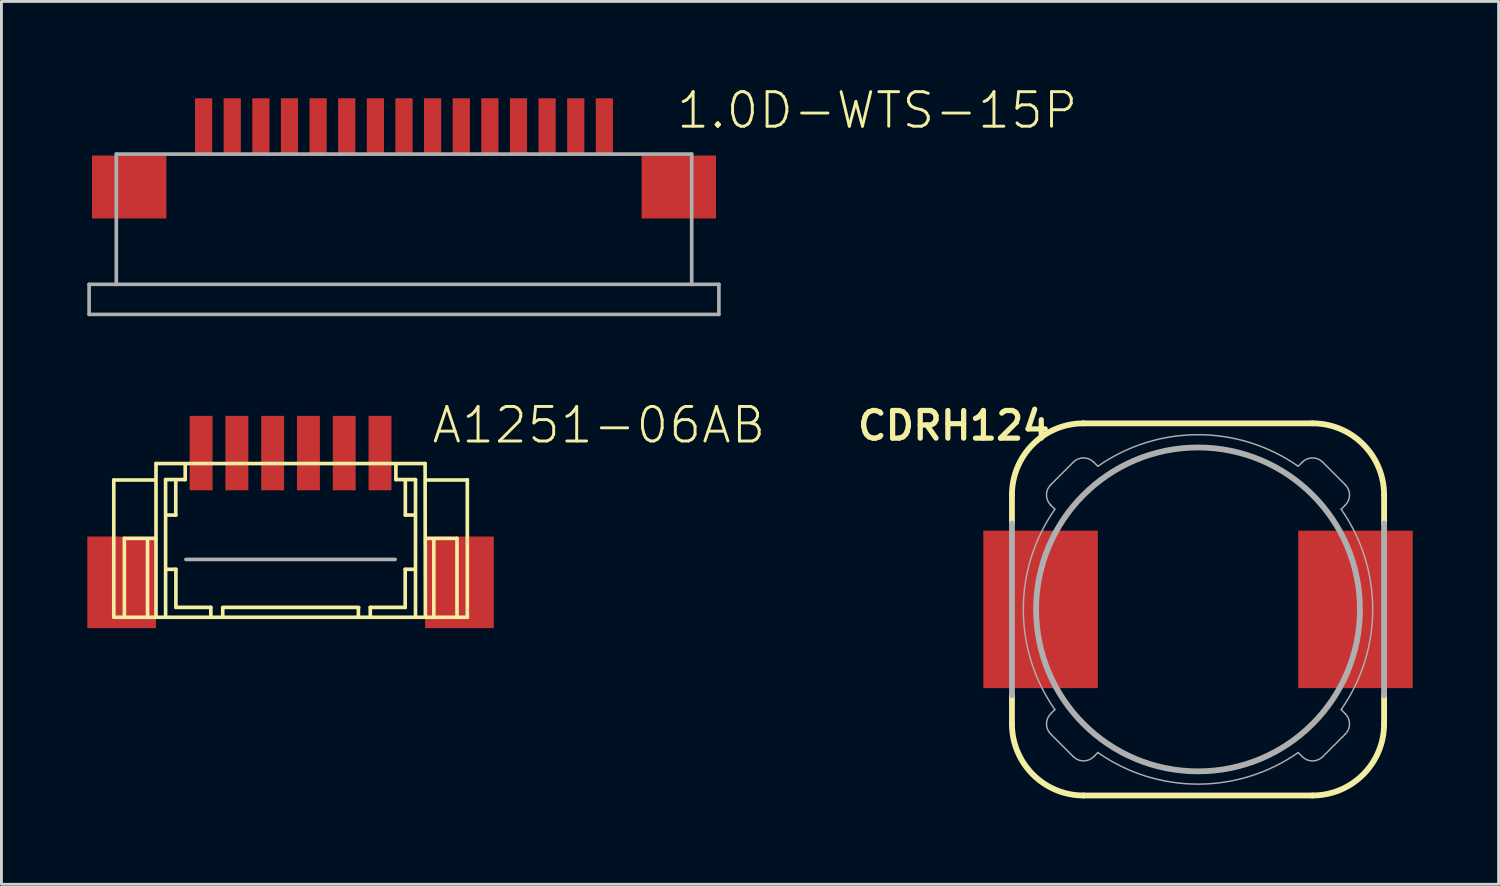
<source format=kicad_pcb>
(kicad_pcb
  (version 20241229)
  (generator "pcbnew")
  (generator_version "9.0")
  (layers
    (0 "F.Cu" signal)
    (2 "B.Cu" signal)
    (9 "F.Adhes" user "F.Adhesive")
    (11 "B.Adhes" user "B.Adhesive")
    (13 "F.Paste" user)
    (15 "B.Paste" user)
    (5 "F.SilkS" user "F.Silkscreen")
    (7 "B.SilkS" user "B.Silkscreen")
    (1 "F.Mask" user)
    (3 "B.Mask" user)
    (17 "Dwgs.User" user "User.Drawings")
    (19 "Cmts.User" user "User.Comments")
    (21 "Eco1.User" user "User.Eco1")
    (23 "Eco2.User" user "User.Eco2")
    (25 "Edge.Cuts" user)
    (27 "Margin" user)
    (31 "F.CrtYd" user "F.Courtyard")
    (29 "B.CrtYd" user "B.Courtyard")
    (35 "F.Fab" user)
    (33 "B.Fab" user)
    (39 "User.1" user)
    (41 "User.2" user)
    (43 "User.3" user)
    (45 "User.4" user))
  (footprint "1.0D-WTS-15P"
    (layer "F.Cu")
    (at 11.063 1.383)
    (property "Reference" "1.0D-WTS-15P" (at 9.459 0.128 0) (layer "F.SilkS") (effects (font (size 1.206 1.206) (thickness 0.102)) (justify left bottom)))
    (attr through_hole)
    (fp_line (start -11 5.5) (end -10.05 5.5) (stroke (width 0.127) (type solid)) (layer "F.Fab"))
    (fp_line (start -11 6.55) (end -11 5.5) (stroke (width 0.127) (type solid)) (layer "F.Fab"))
    (fp_line (start -10.05 0.95) (end 10.05 0.95) (stroke (width 0.127) (type solid)) (layer "F.Fab"))
    (fp_line (start -10.05 5.5) (end -10.05 0.95) (stroke (width 0.127) (type solid)) (layer "F.Fab"))
    (fp_line (start -10.05 5.5) (end 10.05 5.5) (stroke (width 0.127) (type solid)) (layer "F.Fab"))
    (fp_line (start 10.05 0.95) (end 10.05 5.5) (stroke (width 0.127) (type solid)) (layer "F.Fab"))
    (fp_line (start 10.05 5.5) (end 11 5.5) (stroke (width 0.127) (type solid)) (layer "F.Fab"))
    (fp_line (start 11 5.5) (end 11 6.55) (stroke (width 0.127) (type solid)) (layer "F.Fab"))
    (fp_line (start 11 6.55) (end -11 6.55) (stroke (width 0.127) (type solid)) (layer "F.Fab"))
    (pad "1" smd rect (at -7 0 90) (size 2 0.6) (layers "F.Cu" "F.Mask" "F.Paste"))
    (pad "2" smd rect (at -6 0 90) (size 2 0.6) (layers "F.Cu" "F.Mask" "F.Paste"))
    (pad "3" smd rect (at -5 0 90) (size 2 0.6) (layers "F.Cu" "F.Mask" "F.Paste"))
    (pad "4" smd rect (at -4 0 90) (size 2 0.6) (layers "F.Cu" "F.Mask" "F.Paste"))
    (pad "5" smd rect (at -3 0 90) (size 2 0.6) (layers "F.Cu" "F.Mask" "F.Paste"))
    (pad "6" smd rect (at -2 0 90) (size 2 0.6) (layers "F.Cu" "F.Mask" "F.Paste"))
    (pad "7" smd rect (at -1 0 90) (size 2 0.6) (layers "F.Cu" "F.Mask" "F.Paste"))
    (pad "8" smd rect (at 0 0 90) (size 2 0.6) (layers "F.Cu" "F.Mask" "F.Paste"))
    (pad "9" smd rect (at 1 0 90) (size 2 0.6) (layers "F.Cu" "F.Mask" "F.Paste"))
    (pad "10" smd rect (at 2 0 90) (size 2 0.6) (layers "F.Cu" "F.Mask" "F.Paste"))
    (pad "11" smd rect (at 3 0 90) (size 2 0.6) (layers "F.Cu" "F.Mask" "F.Paste"))
    (pad "12" smd rect (at 4 0 90) (size 2 0.6) (layers "F.Cu" "F.Mask" "F.Paste"))
    (pad "13" smd rect (at 5 0 90) (size 2 0.6) (layers "F.Cu" "F.Mask" "F.Paste"))
    (pad "14" smd rect (at 6 0 90) (size 2 0.6) (layers "F.Cu" "F.Mask" "F.Paste"))
    (pad "15" smd rect (at 7 0 90) (size 2 0.6) (layers "F.Cu" "F.Mask" "F.Paste"))
    (pad "16" smd rect (at -9.6 2.1 90) (size 2.2 2.6) (layers "F.Cu" "F.Mask" "F.Paste"))
    (pad "17" smd rect (at 9.6 2.1 90) (size 2.2 2.6) (layers "F.Cu" "F.Mask" "F.Paste")))
  (footprint "A1251-06AB"
    (layer "F.Cu")
    (at 7.1 12.278)
    (property "Reference" "A1251-06AB" (at 4.875 0.23 0) (layer "F.SilkS") (effects (font (size 1.206 1.206) (thickness 0.102)) (justify left bottom)))
    (attr through_hole)
    (fp_line (start -6.175 6.225) (end -6.175 1.44) (stroke (width 0.127) (type solid)) (layer "F.SilkS"))
    (fp_line (start -5.805 6.185) (end -5.805 3.48) (stroke (width 0.127) (type solid)) (layer "F.SilkS"))
    (fp_line (start -4.995 6.235) (end -6.175 6.235) (stroke (width 0.127) (type solid)) (layer "F.SilkS"))
    (fp_line (start -4.995 6.235) (end -4.995 3.515) (stroke (width 0.127) (type solid)) (layer "F.SilkS"))
    (fp_line (start -4.74 1.44) (end -6.175 1.44) (stroke (width 0.127) (type solid)) (layer "F.SilkS"))
    (fp_line (start -4.705 3.48) (end -5.805 3.48) (stroke (width 0.127) (type solid)) (layer "F.SilkS"))
    (fp_line (start -4.7 0.865) (end -4.7 6.215) (stroke (width 0.127) (type solid)) (layer "F.SilkS"))
    (fp_line (start -4.365 1.425) (end -3.68 1.425) (stroke (width 0.127) (type solid)) (layer "F.SilkS"))
    (fp_line (start -4.365 6.23) (end -4.365 1.425) (stroke (width 0.127) (type solid)) (layer "F.SilkS"))
    (fp_line (start -4.33 4.56) (end -4.005 4.56) (stroke (width 0.127) (type solid)) (layer "F.SilkS"))
    (fp_line (start -4.01 1.46) (end -4.01 2.665) (stroke (width 0.127) (type solid)) (layer "F.SilkS"))
    (fp_line (start -4.01 2.665) (end -4.33 2.665) (stroke (width 0.127) (type solid)) (layer "F.SilkS"))
    (fp_line (start -4.005 4.56) (end -4.005 5.89) (stroke (width 0.127) (type solid)) (layer "F.SilkS"))
    (fp_line (start -4.005 5.89) (end -2.785 5.89) (stroke (width 0.127) (type solid)) (layer "F.SilkS"))
    (fp_line (start -3.68 1.425) (end -3.68 0.885) (stroke (width 0.127) (type solid)) (layer "F.SilkS"))
    (fp_line (start -2.785 5.89) (end -2.785 6.235) (stroke (width 0.127) (type solid)) (layer "F.SilkS"))
    (fp_line (start -2.785 6.235) (end -4.995 6.235) (stroke (width 0.127) (type solid)) (layer "F.SilkS"))
    (fp_line (start -2.37 5.89) (end 2.38 5.89) (stroke (width 0.127) (type solid)) (layer "F.SilkS"))
    (fp_line (start -2.37 5.905) (end -2.37 6.23) (stroke (width 0.127) (type solid)) (layer "F.SilkS"))
    (fp_line (start 2.37 5.905) (end 2.37 6.23) (stroke (width 0.127) (type solid)) (layer "F.SilkS"))
    (fp_line (start 2.785 5.89) (end 2.785 6.235) (stroke (width 0.127) (type solid)) (layer "F.SilkS"))
    (fp_line (start 2.785 5.89) (end 4.005 5.89) (stroke (width 0.127) (type solid)) (layer "F.SilkS"))
    (fp_line (start 2.785 6.235) (end -2.785 6.235) (stroke (width 0.127) (type solid)) (layer "F.SilkS"))
    (fp_line (start 3.68 1.425) (end 3.68 0.885) (stroke (width 0.127) (type solid)) (layer "F.SilkS"))
    (fp_line (start 3.68 1.425) (end 4.365 1.425) (stroke (width 0.127) (type solid)) (layer "F.SilkS"))
    (fp_line (start 4.005 4.56) (end 4.005 5.89) (stroke (width 0.127) (type solid)) (layer "F.SilkS"))
    (fp_line (start 4.005 4.56) (end 4.33 4.56) (stroke (width 0.127) (type solid)) (layer "F.SilkS"))
    (fp_line (start 4.01 1.46) (end 4.01 2.665) (stroke (width 0.127) (type solid)) (layer "F.SilkS"))
    (fp_line (start 4.33 2.665) (end 4.01 2.665) (stroke (width 0.127) (type solid)) (layer "F.SilkS"))
    (fp_line (start 4.365 6.23) (end 4.365 1.425) (stroke (width 0.127) (type solid)) (layer "F.SilkS"))
    (fp_line (start 4.7 0.865) (end -4.7 0.865) (stroke (width 0.127) (type solid)) (layer "F.SilkS"))
    (fp_line (start 4.7 0.865) (end 4.71 6.215) (stroke (width 0.127) (type solid)) (layer "F.SilkS"))
    (fp_line (start 5.005 6.235) (end 2.785 6.235) (stroke (width 0.127) (type solid)) (layer "F.SilkS"))
    (fp_line (start 5.005 6.235) (end 5.005 3.515) (stroke (width 0.127) (type solid)) (layer "F.SilkS"))
    (fp_line (start 5.815 3.48) (end 4.715 3.48) (stroke (width 0.127) (type solid)) (layer "F.SilkS"))
    (fp_line (start 5.815 6.185) (end 5.815 3.48) (stroke (width 0.127) (type solid)) (layer "F.SilkS"))
    (fp_line (start 6.175 1.44) (end 4.73 1.44) (stroke (width 0.127) (type solid)) (layer "F.SilkS"))
    (fp_line (start 6.175 1.44) (end 6.175 1.435) (stroke (width 0.127) (type solid)) (layer "F.SilkS"))
    (fp_line (start 6.175 6.235) (end 5.005 6.235) (stroke (width 0.127) (type solid)) (layer "F.SilkS"))
    (fp_line (start 6.175 6.235) (end 6.175 1.44) (stroke (width 0.127) (type solid)) (layer "F.SilkS"))
    (fp_line (start -3.655 4.215) (end 3.655 4.215) (stroke (width 0.127) (type solid)) (layer "F.Fab"))
    (pad "1" smd rect (at -3.125 0.5 180) (size 0.8 2.6) (layers "F.Cu" "F.Mask" "F.Paste"))
    (pad "2" smd rect (at -1.875 0.5 180) (size 0.8 2.6) (layers "F.Cu" "F.Mask" "F.Paste"))
    (pad "3" smd rect (at -0.625 0.5 180) (size 0.8 2.6) (layers "F.Cu" "F.Mask" "F.Paste"))
    (pad "4" smd rect (at 0.625 0.5 180) (size 0.8 2.6) (layers "F.Cu" "F.Mask" "F.Paste"))
    (pad "5" smd rect (at 1.875 0.5 180) (size 0.8 2.6) (layers "F.Cu" "F.Mask" "F.Paste"))
    (pad "6" smd rect (at 3.125 0.5 180) (size 0.8 2.6) (layers "F.Cu" "F.Mask" "F.Paste"))
    (pad "NC1" smd rect (at -5.9 5.015) (size 2.4 3.2) (layers "F.Cu" "F.Mask" "F.Paste"))
    (pad "NC2" smd rect (at 5.9 5.015) (size 2.4 3.2) (layers "F.Cu" "F.Mask" "F.Paste")))
  (footprint "CDRH124"
    (layer "F.Cu")
    (at 38.801 18.239)
    (property "Reference" "CDRH124" (at -5.08 -6.985 0) (layer "F.SilkS") (effects (font (size 0.965 0.965) (thickness 0.183)) (justify right top)))
    (attr through_hole)
    (fp_line (start -6.5 -3) (end -6.5 -4) (stroke (width 0.203) (type solid)) (layer "F.SilkS"))
    (fp_line (start -6.5 4) (end -6.5 3) (stroke (width 0.203) (type solid)) (layer "F.SilkS"))
    (fp_line (start -4 -6.5) (end 4 -6.5) (stroke (width 0.203) (type solid)) (layer "F.SilkS"))
    (fp_line (start 4 6.5) (end -4 6.5) (stroke (width 0.203) (type solid)) (layer "F.SilkS"))
    (fp_line (start 6.5 -4) (end 6.5 -3) (stroke (width 0.203) (type solid)) (layer "F.SilkS"))
    (fp_line (start 6.5 3) (end 6.5 4) (stroke (width 0.203) (type solid)) (layer "F.SilkS"))
    (fp_arc (start -6.5 -4) (mid -5.767767 -5.767767) (end -4 -6.5) (stroke (width 0.2032) (type solid)) (layer "F.SilkS"))
    (fp_arc (start -4 6.5) (mid -5.767767 5.767767) (end -6.5 4) (stroke (width 0.2032) (type solid)) (layer "F.SilkS"))
    (fp_arc (start 4 -6.5) (mid 5.767767 -5.767767) (end 6.5 -4) (stroke (width 0.2032) (type solid)) (layer "F.SilkS"))
    (fp_arc (start 6.5 4) (mid 5.767767 5.767767) (end 4 6.5) (stroke (width 0.2032) (type solid)) (layer "F.SilkS"))
    (fp_line (start -6.5 3) (end -6.5 -3) (stroke (width 0.203) (type solid)) (layer "F.Fab"))
    (fp_line (start -5.146 -3.646) (end -5 -3.5) (stroke (width 0.051) (type solid)) (layer "F.Fab"))
    (fp_line (start -5.146 4.354) (end -4.354 5.146) (stroke (width 0.051) (type solid)) (layer "F.Fab"))
    (fp_line (start -5 3.5) (end -5.146 3.646) (stroke (width 0.051) (type solid)) (layer "F.Fab"))
    (fp_line (start -4.354 -5.146) (end -5.146 -4.354) (stroke (width 0.051) (type solid)) (layer "F.Fab"))
    (fp_line (start -3.646 5.146) (end -3.5 5) (stroke (width 0.051) (type solid)) (layer "F.Fab"))
    (fp_line (start -3.5 -5) (end -3.646 -5.146) (stroke (width 0.051) (type solid)) (layer "F.Fab"))
    (fp_line (start 3.5 5) (end 3.646 5.146) (stroke (width 0.051) (type solid)) (layer "F.Fab"))
    (fp_line (start 3.646 -5.146) (end 3.5 -5) (stroke (width 0.051) (type solid)) (layer "F.Fab"))
    (fp_line (start 4.354 5.146) (end 5.146 4.354) (stroke (width 0.051) (type solid)) (layer "F.Fab"))
    (fp_line (start 5 -3.5) (end 5.146 -3.646) (stroke (width 0.051) (type solid)) (layer "F.Fab"))
    (fp_line (start 5.146 -4.354) (end 4.354 -5.146) (stroke (width 0.051) (type solid)) (layer "F.Fab"))
    (fp_line (start 5.146 3.646) (end 5 3.5) (stroke (width 0.051) (type solid)) (layer "F.Fab"))
    (fp_line (start 6.5 -3) (end 6.5 3) (stroke (width 0.203) (type solid)) (layer "F.Fab"))
    (fp_arc (start -5.1464 -3.6464) (mid -5.292866 -4) (end -5.1464 -4.3536) (stroke (width 0.0508) (type solid)) (layer "F.Fab"))
    (fp_arc (start -5.1464 4.3536) (mid -5.292866 4) (end -5.1464 3.6464) (stroke (width 0.0508) (type solid)) (layer "F.Fab"))
    (fp_arc (start -5 3.5) (mid -6.103277 0) (end -5 -3.499999) (stroke (width 0.0508) (type solid)) (layer "F.Fab"))
    (fp_arc (start -4.3536 -5.1464) (mid -4 -5.292866) (end -3.6464 -5.1464) (stroke (width 0.0508) (type solid)) (layer "F.Fab"))
    (fp_arc (start -3.6464 5.1464) (mid -4 5.292866) (end -4.3536 5.1464) (stroke (width 0.0508) (type solid)) (layer "F.Fab"))
    (fp_arc (start -3.5 -5) (mid 0 -6.103277) (end 3.499999 -5) (stroke (width 0.0508) (type solid)) (layer "F.Fab"))
    (fp_arc (start 3.5 5) (mid 0 6.103277) (end -3.499999 5) (stroke (width 0.0508) (type solid)) (layer "F.Fab"))
    (fp_arc (start 3.6464 -5.1464) (mid 4 -5.292866) (end 4.3536 -5.1464) (stroke (width 0.0508) (type solid)) (layer "F.Fab"))
    (fp_arc (start 4.3536 5.1464) (mid 4 5.292866) (end 3.6464 5.1464) (stroke (width 0.0508) (type solid)) (layer "F.Fab"))
    (fp_arc (start 5 -3.5) (mid 6.103277 0) (end 5 3.499999) (stroke (width 0.0508) (type solid)) (layer "F.Fab"))
    (fp_arc (start 5.1464 -4.3536) (mid 5.292866 -4) (end 5.1464 -3.6464) (stroke (width 0.0508) (type solid)) (layer "F.Fab"))
    (fp_arc (start 5.1464 3.6464) (mid 5.292866 4) (end 5.1464 4.3536) (stroke (width 0.0508) (type solid)) (layer "F.Fab"))
    (fp_circle (center 0 0) (end 5.657 0) (stroke (width 0.203) (type solid)) (fill no) (layer "F.Fab"))
    (pad "1" smd rect (at -5.5 0 90) (size 5.5 4) (layers "F.Cu" "F.Mask" "F.Paste"))
    (pad "2" smd rect (at 5.5 0 90) (size 5.5 4) (layers "F.Cu" "F.Mask" "F.Paste")))
  (gr_rect
    (start -3 -3)
    (end 49.301 27.841)
    (stroke (width 0.1) (type default))
    (fill no)
    (layer "Edge.Cuts")))
</source>
